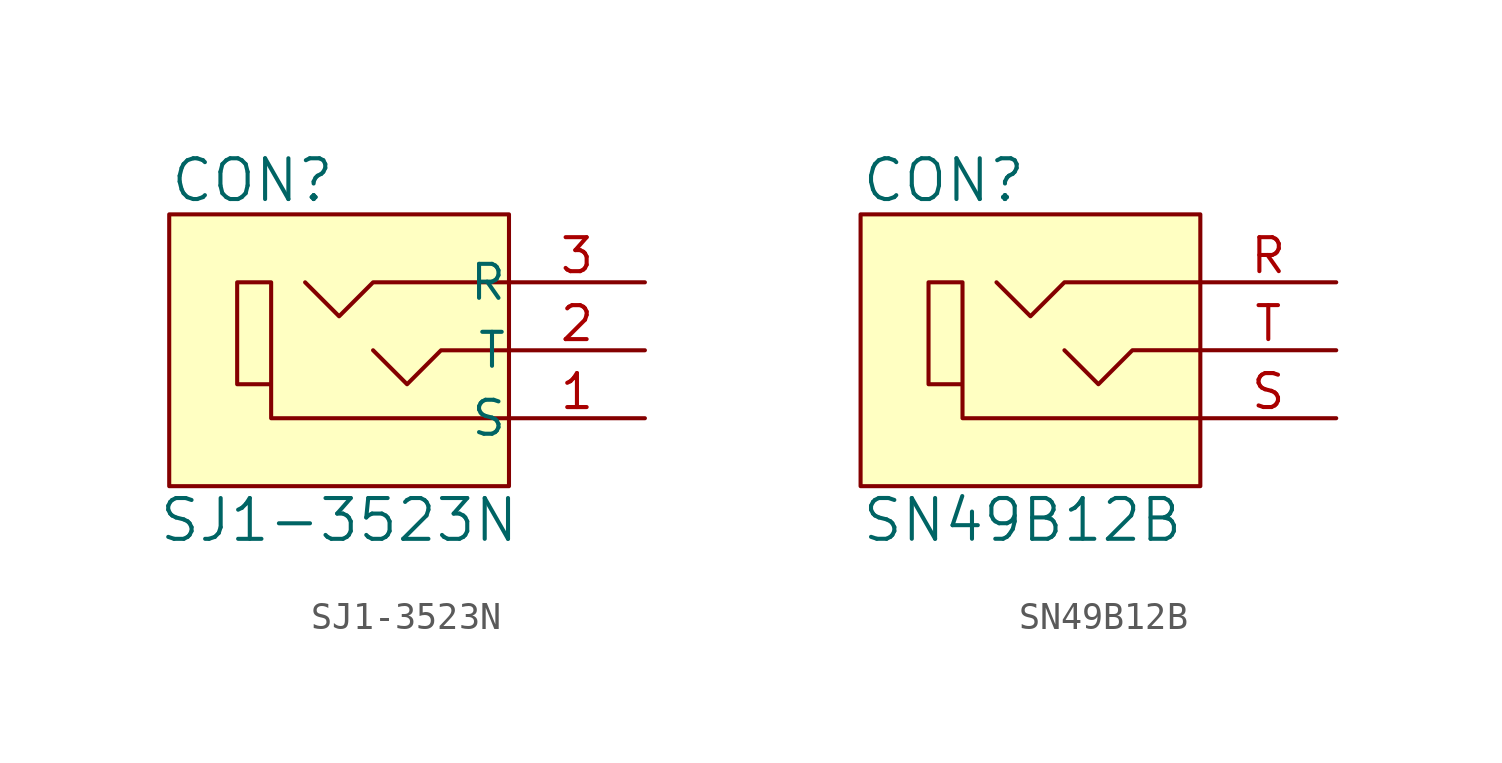
<source format=kicad_sym>
(kicad_symbol_lib
  (version 20201005)
  (generator kicad_symbol_editor)
  (symbol "SJ1-3523N"
    (pin_names
      (offset 0.051))
    (property "Reference" "CON"
      (at -7.62 6.35 0)
      (effects (font (size 1.524 1.524)) (justify left)))
    (property "Value" "SJ1-3523N"
      (at -1.27 -6.35 0)
      (effects (font (size 1.524 1.524))))
    (symbol "SJ1-3523N_0_1"
      (rectangle (start 5.08 5.08) (end -7.62 -5.08) (stroke (width 0)) (fill (type background)))
      (polyline (pts (xy 5.08 0) (xy 2.54 0) (xy 1.27 -1.27) (xy 0 0)) (stroke (width 0)) (fill (type none)))
      (polyline (pts (xy 5.08 2.54) (xy 0 2.54) (xy -1.27 1.27) (xy -2.54 2.54)) (stroke (width 0)) (fill (type none)))
      (polyline (pts (xy 5.08 -2.54) (xy -3.81 -2.54) (xy -3.81 2.54) (xy -5.08 2.54) (xy -5.08 -1.27) (xy -3.81 -1.27)) (stroke (width 0)) (fill (type none))))
    (symbol "SJ1-3523N_1_1"
      (pin passive line (at 10.16 -2.54 180) (length 5.08) (name "S" (effects (font (size 1.27 1.27)))) (number "1" (effects (font (size 1.27 1.27)))))
      (pin passive line (at 10.16 0 180) (length 5.08) (name "T" (effects (font (size 1.27 1.27)))) (number "2" (effects (font (size 1.27 1.27)))))
      (pin passive line (at 10.16 2.54 180) (length 5.08) (name "R" (effects (font (size 1.27 1.27)))) (number "3" (effects (font (size 1.27 1.27)))))))
  (symbol "SN49B12B"
    (pin_names
      (offset 1.016))
    (property "Reference" "CON"
      (at -7.62 6.35 0)
      (effects (font (size 1.524 1.524)) (justify left)))
    (property "Value" "SN49B12B"
      (at -7.62 -6.35 0)
      (effects (font (size 1.524 1.524)) (justify left)))
    (symbol "SN49B12B_0_1"
      (rectangle (start 5.08 5.08) (end -7.62 -5.08) (stroke (width 0)) (fill (type background)))
      (polyline (pts (xy 5.08 0) (xy 2.54 0) (xy 1.27 -1.27) (xy 0 0)) (stroke (width 0)) (fill (type none)))
      (polyline (pts (xy 5.08 2.54) (xy 0 2.54) (xy -1.27 1.27) (xy -2.54 2.54)) (stroke (width 0)) (fill (type none)))
      (polyline (pts (xy 5.08 -2.54) (xy -3.81 -2.54) (xy -3.81 2.54) (xy -5.08 2.54) (xy -5.08 -1.27) (xy -3.81 -1.27)) (stroke (width 0)) (fill (type none))))
    (symbol "SN49B12B_1_1"
      (pin passive line (at 10.16 2.54 180) (length 5.08) (name "~" (effects (font (size 1.27 1.27)))) (number "R" (effects (font (size 1.27 1.27)))))
      (pin passive line (at 10.16 -2.54 180) (length 5.08) (name "~" (effects (font (size 1.27 1.27)))) (number "S" (effects (font (size 1.27 1.27)))))
      (pin passive line (at 10.16 0 180) (length 5.08) (name "~" (effects (font (size 1.27 1.27)))) (number "T" (effects (font (size 1.27 1.27))))))))
</source>
